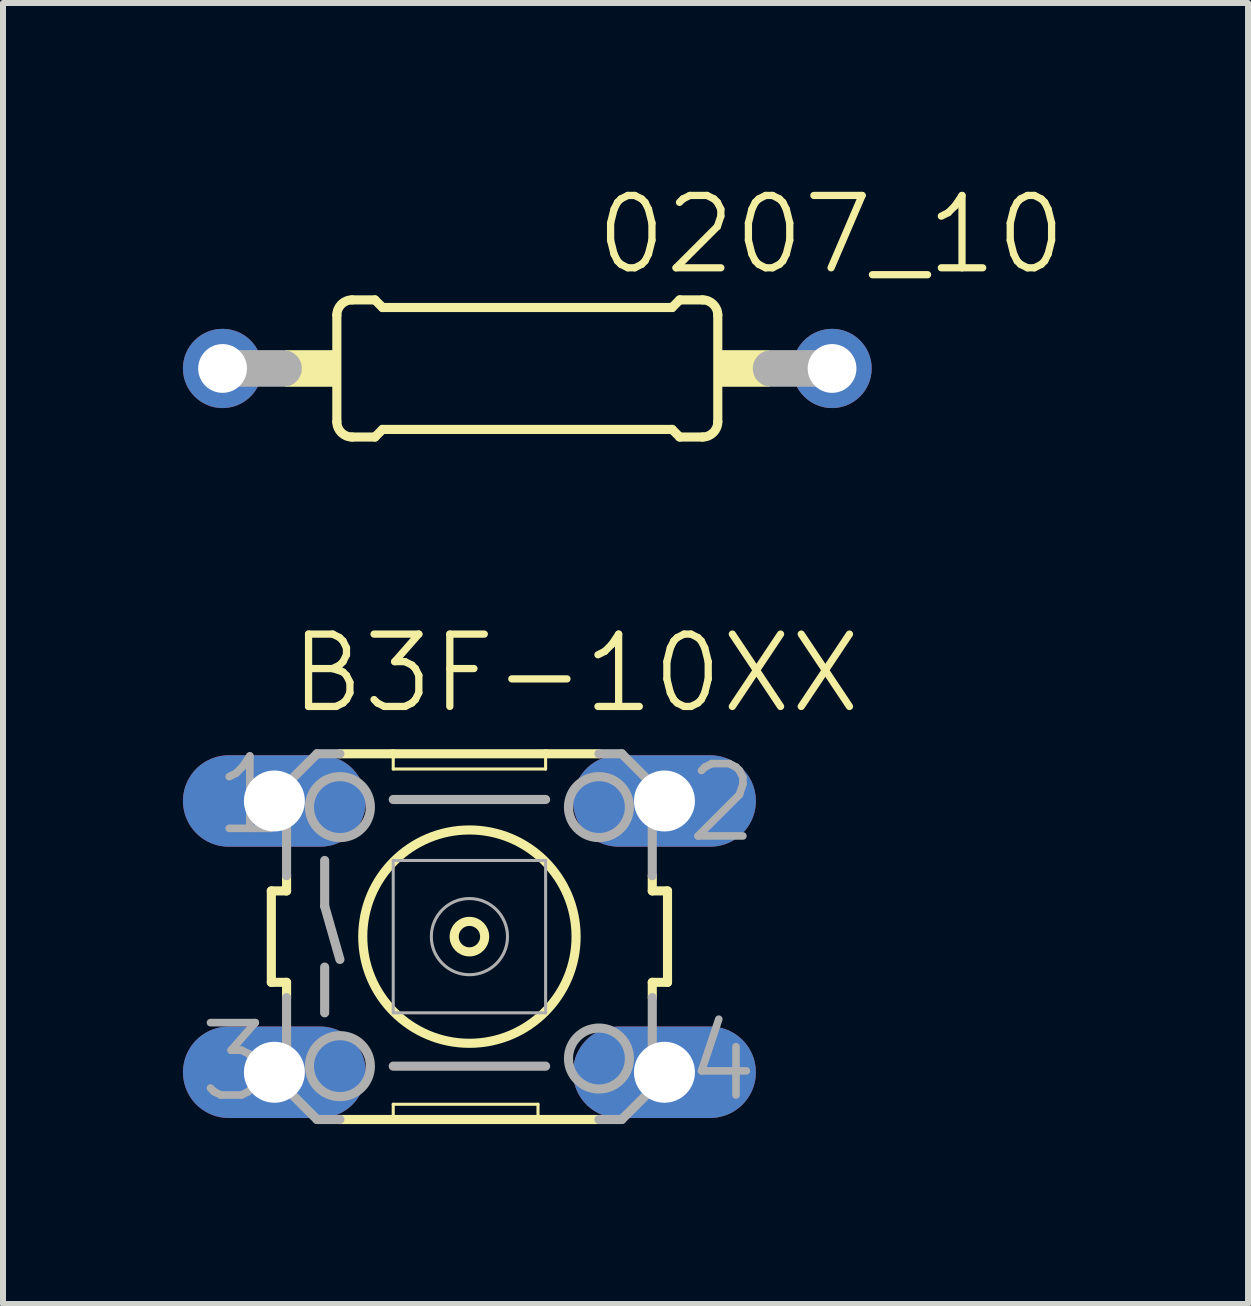
<source format=kicad_pcb>
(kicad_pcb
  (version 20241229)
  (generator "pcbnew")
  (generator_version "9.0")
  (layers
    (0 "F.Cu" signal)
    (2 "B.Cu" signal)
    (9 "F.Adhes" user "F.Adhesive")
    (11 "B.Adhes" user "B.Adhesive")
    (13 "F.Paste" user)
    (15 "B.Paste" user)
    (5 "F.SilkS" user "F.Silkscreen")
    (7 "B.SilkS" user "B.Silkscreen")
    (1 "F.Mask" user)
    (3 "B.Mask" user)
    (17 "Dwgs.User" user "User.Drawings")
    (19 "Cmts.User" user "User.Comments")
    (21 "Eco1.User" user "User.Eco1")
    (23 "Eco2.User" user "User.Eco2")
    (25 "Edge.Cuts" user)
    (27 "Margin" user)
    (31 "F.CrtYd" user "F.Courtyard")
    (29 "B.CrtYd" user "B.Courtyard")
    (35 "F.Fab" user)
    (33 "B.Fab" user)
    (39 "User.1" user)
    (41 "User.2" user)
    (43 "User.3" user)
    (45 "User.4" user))
  (footprint "0207_10"
    (layer "F.Cu")
    (at 5.74 3.092)
    (property "Reference" "0207_10" (at 1.079 -1.524 0) (layer "F.SilkS") (effects (font (size 1.206 1.206) (thickness 0.121)) (justify left bottom)))
    (attr through_hole)
    (fp_line (start -3.175 0.889) (end -3.175 -0.889) (stroke (width 0.152) (type solid)) (layer "F.SilkS"))
    (fp_line (start -2.921 -1.143) (end -2.54 -1.143) (stroke (width 0.152) (type solid)) (layer "F.SilkS"))
    (fp_line (start -2.921 1.143) (end -2.54 1.143) (stroke (width 0.152) (type solid)) (layer "F.SilkS"))
    (fp_line (start -2.413 -1.016) (end -2.54 -1.143) (stroke (width 0.152) (type solid)) (layer "F.SilkS"))
    (fp_line (start -2.413 1.016) (end -2.54 1.143) (stroke (width 0.152) (type solid)) (layer "F.SilkS"))
    (fp_line (start 2.413 -1.016) (end -2.413 -1.016) (stroke (width 0.152) (type solid)) (layer "F.SilkS"))
    (fp_line (start 2.413 -1.016) (end 2.54 -1.143) (stroke (width 0.152) (type solid)) (layer "F.SilkS"))
    (fp_line (start 2.413 1.016) (end -2.413 1.016) (stroke (width 0.152) (type solid)) (layer "F.SilkS"))
    (fp_line (start 2.413 1.016) (end 2.54 1.143) (stroke (width 0.152) (type solid)) (layer "F.SilkS"))
    (fp_line (start 2.921 -1.143) (end 2.54 -1.143) (stroke (width 0.152) (type solid)) (layer "F.SilkS"))
    (fp_line (start 2.921 1.143) (end 2.54 1.143) (stroke (width 0.152) (type solid)) (layer "F.SilkS"))
    (fp_line (start 3.175 0.889) (end 3.175 -0.889) (stroke (width 0.152) (type solid)) (layer "F.SilkS"))
    (fp_arc (start -3.175 -0.889) (mid -3.100605 -1.068605) (end -2.921 -1.143) (stroke (width 0.1524) (type solid)) (layer "F.SilkS"))
    (fp_arc (start -2.921 1.143) (mid -3.100605 1.068605) (end -3.175 0.889) (stroke (width 0.1524) (type solid)) (layer "F.SilkS"))
    (fp_arc (start 2.921 -1.143) (mid 3.100605 -1.068605) (end 3.175 -0.889) (stroke (width 0.1524) (type solid)) (layer "F.SilkS"))
    (fp_arc (start 3.175 0.889) (mid 3.100605 1.068605) (end 2.921 1.143) (stroke (width 0.1524) (type solid)) (layer "F.SilkS"))
    (fp_poly (pts (xy -4.039 0.305) (xy -3.175 0.305) (xy -3.175 -0.305) (xy -4.039 -0.305)) (stroke (width 0) (type solid)) (fill yes) (layer "F.SilkS"))
    (fp_poly (pts (xy 3.175 0.305) (xy 4.039 0.305) (xy 4.039 -0.305) (xy 3.175 -0.305)) (stroke (width 0) (type solid)) (fill yes) (layer "F.SilkS"))
    (fp_line (start -5.08 0) (end -4.064 0) (stroke (width 0.61) (type solid)) (layer "F.Fab"))
    (fp_line (start 5.08 0) (end 4.064 0) (stroke (width 0.61) (type solid)) (layer "F.Fab"))
    (pad "1" thru_hole circle (at -5.08 0) (size 1.321 1.321) (drill 0.813) (layers "*.Cu" "*.Mask"))
    (pad "2" thru_hole circle (at 5.08 0) (size 1.321 1.321) (drill 0.813) (layers "*.Cu" "*.Mask")))
  (footprint "B3F-10XX"
    (layer "F.Cu")
    (at 4.775 12.563)
    (property "Reference" "B3F-10XX" (at -3.048 -3.683 0) (layer "F.SilkS") (effects (font (size 1.206 1.206) (thickness 0.121)) (justify left bottom)))
    (attr through_hole)
    (fp_line (start -3.302 -0.762) (end -3.302 0.762) (stroke (width 0.152) (type solid)) (layer "F.SilkS"))
    (fp_line (start -3.302 -0.762) (end -3.048 -0.762) (stroke (width 0.152) (type solid)) (layer "F.SilkS"))
    (fp_line (start -3.048 -0.762) (end -3.048 -1.016) (stroke (width 0.152) (type solid)) (layer "F.SilkS"))
    (fp_line (start -3.048 0.762) (end -3.302 0.762) (stroke (width 0.152) (type solid)) (layer "F.SilkS"))
    (fp_line (start -3.048 0.762) (end -3.048 1.016) (stroke (width 0.152) (type solid)) (layer "F.SilkS"))
    (fp_line (start -2.159 3.048) (end -1.27 3.048) (stroke (width 0.152) (type solid)) (layer "F.SilkS"))
    (fp_line (start -1.27 -3.048) (end -2.159 -3.048) (stroke (width 0.152) (type solid)) (layer "F.SilkS"))
    (fp_line (start -1.27 -3.048) (end -1.27 -2.794) (stroke (width 0.051) (type solid)) (layer "F.SilkS"))
    (fp_line (start -1.27 2.794) (end -1.27 3.048) (stroke (width 0.051) (type solid)) (layer "F.SilkS"))
    (fp_line (start -1.27 3.048) (end 1.143 3.048) (stroke (width 0.152) (type solid)) (layer "F.SilkS"))
    (fp_line (start 1.143 2.794) (end -1.27 2.794) (stroke (width 0.051) (type solid)) (layer "F.SilkS"))
    (fp_line (start 1.143 2.794) (end 1.143 3.048) (stroke (width 0.051) (type solid)) (layer "F.SilkS"))
    (fp_line (start 1.143 3.048) (end 2.159 3.048) (stroke (width 0.152) (type solid)) (layer "F.SilkS"))
    (fp_line (start 1.27 -3.048) (end -1.27 -3.048) (stroke (width 0.152) (type solid)) (layer "F.SilkS"))
    (fp_line (start 1.27 -2.794) (end -1.27 -2.794) (stroke (width 0.051) (type solid)) (layer "F.SilkS"))
    (fp_line (start 1.27 -2.794) (end 1.27 -3.048) (stroke (width 0.051) (type solid)) (layer "F.SilkS"))
    (fp_line (start 2.159 -3.048) (end 1.27 -3.048) (stroke (width 0.152) (type solid)) (layer "F.SilkS"))
    (fp_line (start 3.048 -0.762) (end 3.048 -1.016) (stroke (width 0.152) (type solid)) (layer "F.SilkS"))
    (fp_line (start 3.048 -0.762) (end 3.302 -0.762) (stroke (width 0.152) (type solid)) (layer "F.SilkS"))
    (fp_line (start 3.048 0.762) (end 3.048 1.016) (stroke (width 0.152) (type solid)) (layer "F.SilkS"))
    (fp_line (start 3.302 0.762) (end 3.048 0.762) (stroke (width 0.152) (type solid)) (layer "F.SilkS"))
    (fp_line (start 3.302 0.762) (end 3.302 -0.762) (stroke (width 0.152) (type solid)) (layer "F.SilkS"))
    (fp_circle (center 0 0) (end 0.254 0) (stroke (width 0.152) (type solid)) (fill no) (layer "F.SilkS"))
    (fp_circle (center 0 0) (end 1.778 0) (stroke (width 0.152) (type solid)) (fill no) (layer "F.SilkS"))
    (fp_line (start -3.048 -2.54) (end -3.048 -1.016) (stroke (width 0.152) (type solid)) (layer "F.Fab"))
    (fp_line (start -3.048 2.54) (end -3.048 1.016) (stroke (width 0.152) (type solid)) (layer "F.Fab"))
    (fp_line (start -2.54 -3.048) (end -3.048 -2.54) (stroke (width 0.152) (type solid)) (layer "F.Fab"))
    (fp_line (start -2.54 -3.048) (end -2.159 -3.048) (stroke (width 0.152) (type solid)) (layer "F.Fab"))
    (fp_line (start -2.54 3.048) (end -3.048 2.54) (stroke (width 0.152) (type solid)) (layer "F.Fab"))
    (fp_line (start -2.54 3.048) (end -2.159 3.048) (stroke (width 0.152) (type solid)) (layer "F.Fab"))
    (fp_line (start -2.413 -1.27) (end -2.413 -0.508) (stroke (width 0.152) (type solid)) (layer "F.Fab"))
    (fp_line (start -2.413 -0.508) (end -2.159 0.381) (stroke (width 0.152) (type solid)) (layer "F.Fab"))
    (fp_line (start -2.413 0.508) (end -2.413 1.27) (stroke (width 0.152) (type solid)) (layer "F.Fab"))
    (fp_line (start -1.27 -1.27) (end -1.27 1.27) (stroke (width 0.051) (type solid)) (layer "F.Fab"))
    (fp_line (start -1.27 -1.27) (end 1.27 -1.27) (stroke (width 0.051) (type solid)) (layer "F.Fab"))
    (fp_line (start -1.27 2.159) (end 1.27 2.159) (stroke (width 0.152) (type solid)) (layer "F.Fab"))
    (fp_line (start 1.27 -2.286) (end -1.27 -2.286) (stroke (width 0.152) (type solid)) (layer "F.Fab"))
    (fp_line (start 1.27 1.27) (end -1.27 1.27) (stroke (width 0.051) (type solid)) (layer "F.Fab"))
    (fp_line (start 1.27 1.27) (end 1.27 -1.27) (stroke (width 0.051) (type solid)) (layer "F.Fab"))
    (fp_line (start 2.54 -3.048) (end 2.159 -3.048) (stroke (width 0.152) (type solid)) (layer "F.Fab"))
    (fp_line (start 2.54 3.048) (end 2.159 3.048) (stroke (width 0.152) (type solid)) (layer "F.Fab"))
    (fp_line (start 2.54 3.048) (end 3.048 2.54) (stroke (width 0.152) (type solid)) (layer "F.Fab"))
    (fp_line (start 3.048 -2.54) (end 2.54 -3.048) (stroke (width 0.152) (type solid)) (layer "F.Fab"))
    (fp_line (start 3.048 -1.016) (end 3.048 -2.54) (stroke (width 0.152) (type solid)) (layer "F.Fab"))
    (fp_line (start 3.048 2.54) (end 3.048 1.016) (stroke (width 0.152) (type solid)) (layer "F.Fab"))
    (fp_circle (center -2.159 -2.159) (end -1.651 -2.159) (stroke (width 0.152) (type solid)) (fill no) (layer "F.Fab"))
    (fp_circle (center -2.159 2.159) (end -1.651 2.159) (stroke (width 0.152) (type solid)) (fill no) (layer "F.Fab"))
    (fp_circle (center 0 0) (end 0.635 0) (stroke (width 0.051) (type solid)) (fill no) (layer "F.Fab"))
    (fp_circle (center 2.159 -2.159) (end 2.667 -2.159) (stroke (width 0.152) (type solid)) (fill no) (layer "F.Fab"))
    (fp_circle (center 2.159 2.032) (end 2.667 2.032) (stroke (width 0.152) (type solid)) (fill no) (layer "F.Fab"))
    (fp_text user "2" (at 3.556 -1.524 0) (layer "F.Fab") (effects (font (size 1.206 1.206) (thickness 0.127)) (justify left bottom)))
    (fp_text user "3" (at -4.572 2.794 0) (layer "F.Fab") (effects (font (size 1.206 1.206) (thickness 0.127)) (justify left bottom)))
    (fp_text user "4" (at 3.556 2.794 0) (layer "F.Fab") (effects (font (size 1.206 1.206) (thickness 0.127)) (justify left bottom)))
    (fp_text user "1" (at -4.318 -1.651 0) (layer "F.Fab") (effects (font (size 1.206 1.206) (thickness 0.127)) (justify left bottom)))
    (pad "1" thru_hole oval (at -3.251 -2.261) (size 3.048 1.524) (drill 1.016) (layers "*.Cu" "*.Mask"))
    (pad "2" thru_hole oval (at 3.251 -2.261) (size 3.048 1.524) (drill 1.016) (layers "*.Cu" "*.Mask"))
    (pad "3" thru_hole oval (at -3.251 2.261) (size 3.048 1.524) (drill 1.016) (layers "*.Cu" "*.Mask"))
    (pad "4" thru_hole oval (at 3.251 2.261) (size 3.048 1.524) (drill 1.016) (layers "*.Cu" "*.Mask")))
  (gr_rect
    (start -3 -3)
    (end 17.754 18.687)
    (stroke (width 0.1) (type default))
    (fill no)
    (layer "Edge.Cuts")))
</source>
